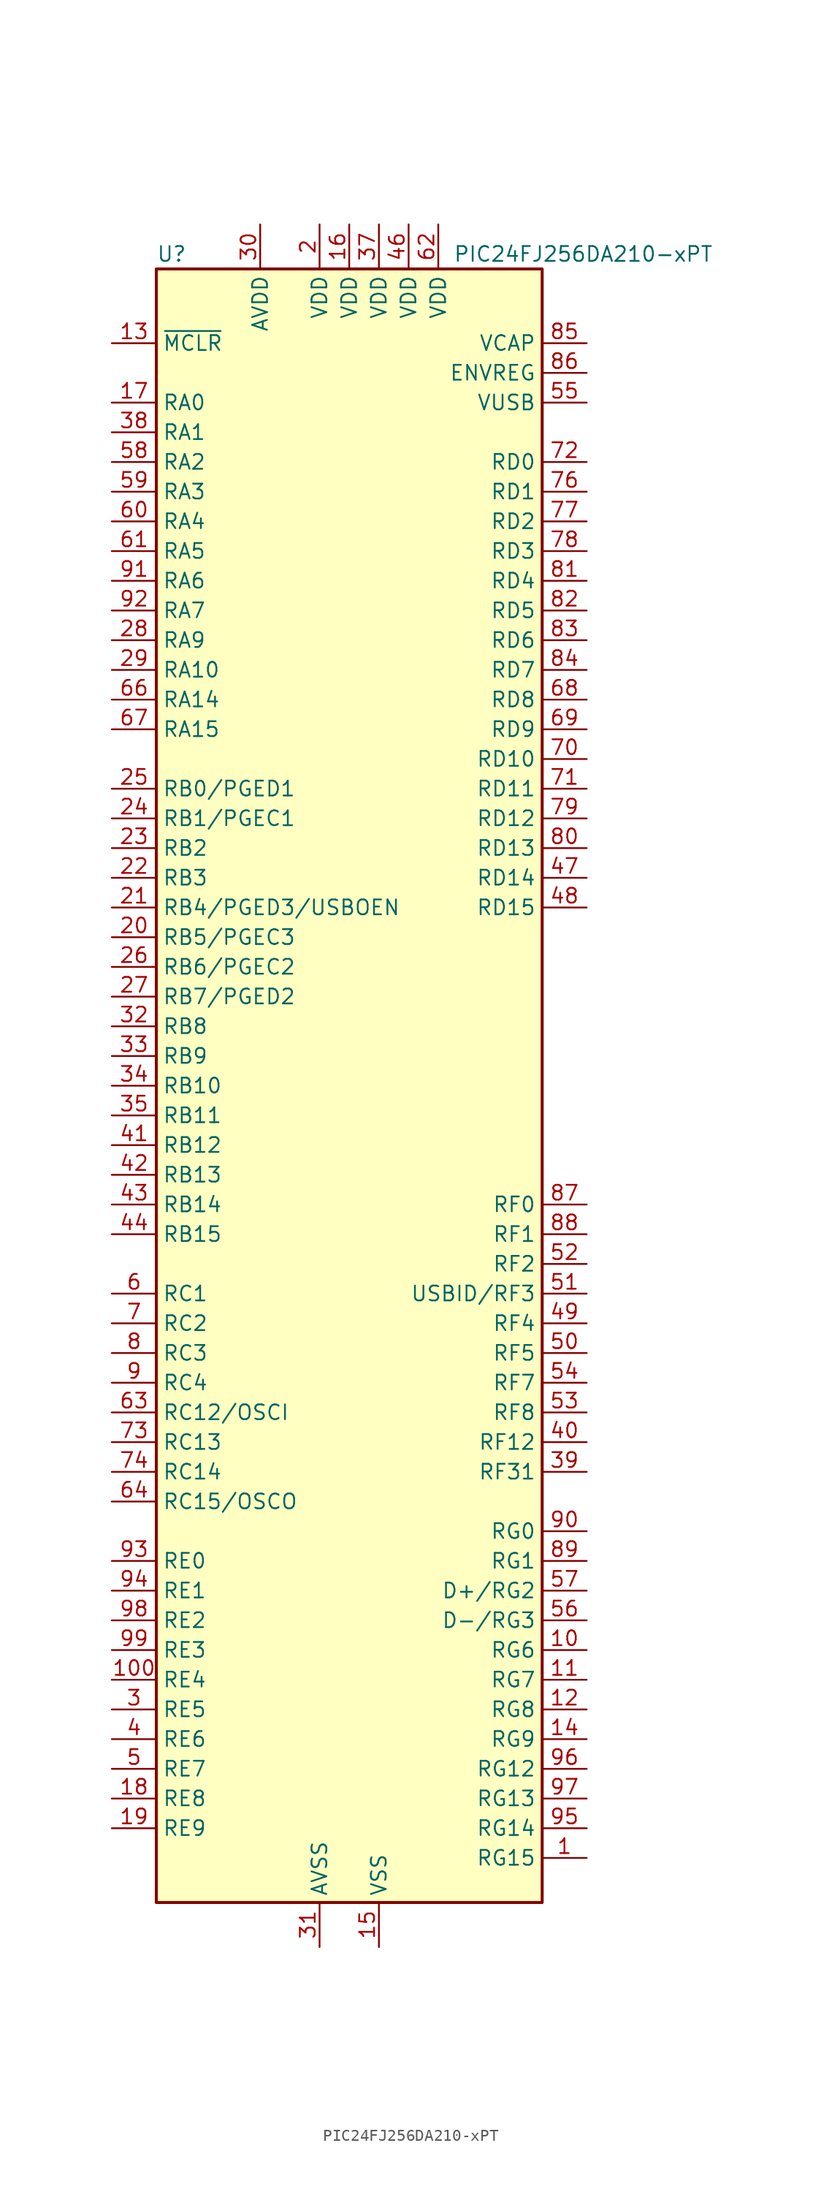
<source format=kicad_sym>
(kicad_symbol_lib
  (version 20201005)
  (generator kicad_symbol_editor)
  (symbol "PIC24FJ256DA210-xPT"
    (property "Reference" "U"
      (at -16.51 71.12 0)
      (effects (font (size 1.27 1.27)) (justify left)))
    (property "Value" "PIC24FJ256DA210-xPT"
      (at 8.89 71.12 0)
      (effects (font (size 1.27 1.27)) (justify left)))
    (symbol "PIC24FJ256DA210-xPT_1_1"
      (rectangle (start -16.51 69.85) (end 16.51 -69.85) (stroke (width 0.254)) (fill (type background)))
      (pin bidirectional line (at 20.32 -66.04 180) (length 3.81) (name "RG15" (effects (font (size 1.27 1.27)))) (number "1" (effects (font (size 1.27 1.27)))))
      (pin bidirectional line (at 20.32 -48.26 180) (length 3.81) (name "RG6" (effects (font (size 1.27 1.27)))) (number "10" (effects (font (size 1.27 1.27)))))
      (pin bidirectional line (at -20.32 -50.8 0) (length 3.81) (name "RE4" (effects (font (size 1.27 1.27)))) (number "100" (effects (font (size 1.27 1.27)))))
      (pin bidirectional line (at 20.32 -50.8 180) (length 3.81) (name "RG7" (effects (font (size 1.27 1.27)))) (number "11" (effects (font (size 1.27 1.27)))))
      (pin bidirectional line (at 20.32 -53.34 180) (length 3.81) (name "RG8" (effects (font (size 1.27 1.27)))) (number "12" (effects (font (size 1.27 1.27)))))
      (pin input line (at -20.32 63.5 0) (length 3.81) (name "~MCLR" (effects (font (size 1.27 1.27)))) (number "13" (effects (font (size 1.27 1.27)))))
      (pin bidirectional line (at 20.32 -55.88 180) (length 3.81) (name "RG9" (effects (font (size 1.27 1.27)))) (number "14" (effects (font (size 1.27 1.27)))))
      (pin power_in line (at 2.54 -73.66 90) (length 3.81) (name "VSS" (effects (font (size 1.27 1.27)))) (number "15" (effects (font (size 1.27 1.27)))))
      (pin power_in line (at 0 73.66 270) (length 3.81) (name "VDD" (effects (font (size 1.27 1.27)))) (number "16" (effects (font (size 1.27 1.27)))))
      (pin bidirectional line (at -20.32 58.42 0) (length 3.81) (name "RA0" (effects (font (size 1.27 1.27)))) (number "17" (effects (font (size 1.27 1.27)))))
      (pin bidirectional line (at -20.32 -60.96 0) (length 3.81) (name "RE8" (effects (font (size 1.27 1.27)))) (number "18" (effects (font (size 1.27 1.27)))))
      (pin bidirectional line (at -20.32 -63.5 0) (length 3.81) (name "RE9" (effects (font (size 1.27 1.27)))) (number "19" (effects (font (size 1.27 1.27)))))
      (pin power_in line (at -2.54 73.66 270) (length 3.81) (name "VDD" (effects (font (size 1.27 1.27)))) (number "2" (effects (font (size 1.27 1.27)))))
      (pin bidirectional line (at -20.32 12.7 0) (length 3.81) (name "RB5/PGEC3" (effects (font (size 1.27 1.27)))) (number "20" (effects (font (size 1.27 1.27)))))
      (pin bidirectional line (at -20.32 15.24 0) (length 3.81) (name "RB4/PGED3/USBOEN" (effects (font (size 1.27 1.27)))) (number "21" (effects (font (size 1.27 1.27)))))
      (pin bidirectional line (at -20.32 17.78 0) (length 3.81) (name "RB3" (effects (font (size 1.27 1.27)))) (number "22" (effects (font (size 1.27 1.27)))))
      (pin bidirectional line (at -20.32 20.32 0) (length 3.81) (name "RB2" (effects (font (size 1.27 1.27)))) (number "23" (effects (font (size 1.27 1.27)))))
      (pin bidirectional line (at -20.32 22.86 0) (length 3.81) (name "RB1/PGEC1" (effects (font (size 1.27 1.27)))) (number "24" (effects (font (size 1.27 1.27)))))
      (pin bidirectional line (at -20.32 25.4 0) (length 3.81) (name "RB0/PGED1" (effects (font (size 1.27 1.27)))) (number "25" (effects (font (size 1.27 1.27)))))
      (pin bidirectional line (at -20.32 10.16 0) (length 3.81) (name "RB6/PGEC2" (effects (font (size 1.27 1.27)))) (number "26" (effects (font (size 1.27 1.27)))))
      (pin bidirectional line (at -20.32 7.62 0) (length 3.81) (name "RB7/PGED2" (effects (font (size 1.27 1.27)))) (number "27" (effects (font (size 1.27 1.27)))))
      (pin bidirectional line (at -20.32 38.1 0) (length 3.81) (name "RA9" (effects (font (size 1.27 1.27)))) (number "28" (effects (font (size 1.27 1.27)))))
      (pin bidirectional line (at -20.32 35.56 0) (length 3.81) (name "RA10" (effects (font (size 1.27 1.27)))) (number "29" (effects (font (size 1.27 1.27)))))
      (pin bidirectional line (at -20.32 -53.34 0) (length 3.81) (name "RE5" (effects (font (size 1.27 1.27)))) (number "3" (effects (font (size 1.27 1.27)))))
      (pin power_in line (at -7.62 73.66 270) (length 3.81) (name "AVDD" (effects (font (size 1.27 1.27)))) (number "30" (effects (font (size 1.27 1.27)))))
      (pin power_in line (at -2.54 -73.66 90) (length 3.81) (name "AVSS" (effects (font (size 1.27 1.27)))) (number "31" (effects (font (size 1.27 1.27)))))
      (pin bidirectional line (at -20.32 5.08 0) (length 3.81) (name "RB8" (effects (font (size 1.27 1.27)))) (number "32" (effects (font (size 1.27 1.27)))))
      (pin bidirectional line (at -20.32 2.54 0) (length 3.81) (name "RB9" (effects (font (size 1.27 1.27)))) (number "33" (effects (font (size 1.27 1.27)))))
      (pin bidirectional line (at -20.32 0 0) (length 3.81) (name "RB10" (effects (font (size 1.27 1.27)))) (number "34" (effects (font (size 1.27 1.27)))))
      (pin bidirectional line (at -20.32 -2.54 0) (length 3.81) (name "RB11" (effects (font (size 1.27 1.27)))) (number "35" (effects (font (size 1.27 1.27)))))
      (pin passive line (at 2.54 -73.66 90) (length 3.81) hide (name "VSS" (effects (font (size 1.27 1.27)))) (number "36" (effects (font (size 1.27 1.27)))))
      (pin power_in line (at 2.54 73.66 270) (length 3.81) (name "VDD" (effects (font (size 1.27 1.27)))) (number "37" (effects (font (size 1.27 1.27)))))
      (pin bidirectional line (at -20.32 55.88 0) (length 3.81) (name "RA1" (effects (font (size 1.27 1.27)))) (number "38" (effects (font (size 1.27 1.27)))))
      (pin bidirectional line (at 20.32 -33.02 180) (length 3.81) (name "RF31" (effects (font (size 1.27 1.27)))) (number "39" (effects (font (size 1.27 1.27)))))
      (pin bidirectional line (at -20.32 -55.88 0) (length 3.81) (name "RE6" (effects (font (size 1.27 1.27)))) (number "4" (effects (font (size 1.27 1.27)))))
      (pin bidirectional line (at 20.32 -30.48 180) (length 3.81) (name "RF12" (effects (font (size 1.27 1.27)))) (number "40" (effects (font (size 1.27 1.27)))))
      (pin bidirectional line (at -20.32 -5.08 0) (length 3.81) (name "RB12" (effects (font (size 1.27 1.27)))) (number "41" (effects (font (size 1.27 1.27)))))
      (pin bidirectional line (at -20.32 -7.62 0) (length 3.81) (name "RB13" (effects (font (size 1.27 1.27)))) (number "42" (effects (font (size 1.27 1.27)))))
      (pin bidirectional line (at -20.32 -10.16 0) (length 3.81) (name "RB14" (effects (font (size 1.27 1.27)))) (number "43" (effects (font (size 1.27 1.27)))))
      (pin bidirectional line (at -20.32 -12.7 0) (length 3.81) (name "RB15" (effects (font (size 1.27 1.27)))) (number "44" (effects (font (size 1.27 1.27)))))
      (pin passive line (at 2.54 -73.66 90) (length 3.81) hide (name "VSS" (effects (font (size 1.27 1.27)))) (number "45" (effects (font (size 1.27 1.27)))))
      (pin power_in line (at 5.08 73.66 270) (length 3.81) (name "VDD" (effects (font (size 1.27 1.27)))) (number "46" (effects (font (size 1.27 1.27)))))
      (pin bidirectional line (at 20.32 17.78 180) (length 3.81) (name "RD14" (effects (font (size 1.27 1.27)))) (number "47" (effects (font (size 1.27 1.27)))))
      (pin bidirectional line (at 20.32 15.24 180) (length 3.81) (name "RD15" (effects (font (size 1.27 1.27)))) (number "48" (effects (font (size 1.27 1.27)))))
      (pin bidirectional line (at 20.32 -20.32 180) (length 3.81) (name "RF4" (effects (font (size 1.27 1.27)))) (number "49" (effects (font (size 1.27 1.27)))))
      (pin bidirectional line (at -20.32 -58.42 0) (length 3.81) (name "RE7" (effects (font (size 1.27 1.27)))) (number "5" (effects (font (size 1.27 1.27)))))
      (pin bidirectional line (at 20.32 -22.86 180) (length 3.81) (name "RF5" (effects (font (size 1.27 1.27)))) (number "50" (effects (font (size 1.27 1.27)))))
      (pin bidirectional line (at 20.32 -17.78 180) (length 3.81) (name "USBID/RF3" (effects (font (size 1.27 1.27)))) (number "51" (effects (font (size 1.27 1.27)))))
      (pin bidirectional line (at 20.32 -15.24 180) (length 3.81) (name "RF2" (effects (font (size 1.27 1.27)))) (number "52" (effects (font (size 1.27 1.27)))))
      (pin bidirectional line (at 20.32 -27.94 180) (length 3.81) (name "RF8" (effects (font (size 1.27 1.27)))) (number "53" (effects (font (size 1.27 1.27)))))
      (pin bidirectional line (at 20.32 -25.4 180) (length 3.81) (name "RF7" (effects (font (size 1.27 1.27)))) (number "54" (effects (font (size 1.27 1.27)))))
      (pin bidirectional line (at 20.32 58.42 180) (length 3.81) (name "VUSB" (effects (font (size 1.27 1.27)))) (number "55" (effects (font (size 1.27 1.27)))))
      (pin bidirectional line (at 20.32 -45.72 180) (length 3.81) (name "D-/RG3" (effects (font (size 1.27 1.27)))) (number "56" (effects (font (size 1.27 1.27)))))
      (pin bidirectional line (at 20.32 -43.18 180) (length 3.81) (name "D+/RG2" (effects (font (size 1.27 1.27)))) (number "57" (effects (font (size 1.27 1.27)))))
      (pin bidirectional line (at -20.32 53.34 0) (length 3.81) (name "RA2" (effects (font (size 1.27 1.27)))) (number "58" (effects (font (size 1.27 1.27)))))
      (pin bidirectional line (at -20.32 50.8 0) (length 3.81) (name "RA3" (effects (font (size 1.27 1.27)))) (number "59" (effects (font (size 1.27 1.27)))))
      (pin bidirectional line (at -20.32 -17.78 0) (length 3.81) (name "RC1" (effects (font (size 1.27 1.27)))) (number "6" (effects (font (size 1.27 1.27)))))
      (pin bidirectional line (at -20.32 48.26 0) (length 3.81) (name "RA4" (effects (font (size 1.27 1.27)))) (number "60" (effects (font (size 1.27 1.27)))))
      (pin bidirectional line (at -20.32 45.72 0) (length 3.81) (name "RA5" (effects (font (size 1.27 1.27)))) (number "61" (effects (font (size 1.27 1.27)))))
      (pin power_in line (at 7.62 73.66 270) (length 3.81) (name "VDD" (effects (font (size 1.27 1.27)))) (number "62" (effects (font (size 1.27 1.27)))))
      (pin bidirectional line (at -20.32 -27.94 0) (length 3.81) (name "RC12/OSCI" (effects (font (size 1.27 1.27)))) (number "63" (effects (font (size 1.27 1.27)))))
      (pin bidirectional line (at -20.32 -35.56 0) (length 3.81) (name "RC15/OSCO" (effects (font (size 1.27 1.27)))) (number "64" (effects (font (size 1.27 1.27)))))
      (pin passive line (at 2.54 -73.66 90) (length 3.81) hide (name "VSS" (effects (font (size 1.27 1.27)))) (number "65" (effects (font (size 1.27 1.27)))))
      (pin bidirectional line (at -20.32 33.02 0) (length 3.81) (name "RA14" (effects (font (size 1.27 1.27)))) (number "66" (effects (font (size 1.27 1.27)))))
      (pin bidirectional line (at -20.32 30.48 0) (length 3.81) (name "RA15" (effects (font (size 1.27 1.27)))) (number "67" (effects (font (size 1.27 1.27)))))
      (pin bidirectional line (at 20.32 33.02 180) (length 3.81) (name "RD8" (effects (font (size 1.27 1.27)))) (number "68" (effects (font (size 1.27 1.27)))))
      (pin bidirectional line (at 20.32 30.48 180) (length 3.81) (name "RD9" (effects (font (size 1.27 1.27)))) (number "69" (effects (font (size 1.27 1.27)))))
      (pin bidirectional line (at -20.32 -20.32 0) (length 3.81) (name "RC2" (effects (font (size 1.27 1.27)))) (number "7" (effects (font (size 1.27 1.27)))))
      (pin bidirectional line (at 20.32 27.94 180) (length 3.81) (name "RD10" (effects (font (size 1.27 1.27)))) (number "70" (effects (font (size 1.27 1.27)))))
      (pin bidirectional line (at 20.32 25.4 180) (length 3.81) (name "RD11" (effects (font (size 1.27 1.27)))) (number "71" (effects (font (size 1.27 1.27)))))
      (pin bidirectional line (at 20.32 53.34 180) (length 3.81) (name "RD0" (effects (font (size 1.27 1.27)))) (number "72" (effects (font (size 1.27 1.27)))))
      (pin bidirectional line (at -20.32 -30.48 0) (length 3.81) (name "RC13" (effects (font (size 1.27 1.27)))) (number "73" (effects (font (size 1.27 1.27)))))
      (pin bidirectional line (at -20.32 -33.02 0) (length 3.81) (name "RC14" (effects (font (size 1.27 1.27)))) (number "74" (effects (font (size 1.27 1.27)))))
      (pin passive line (at 2.54 -73.66 90) (length 3.81) hide (name "VSS" (effects (font (size 1.27 1.27)))) (number "75" (effects (font (size 1.27 1.27)))))
      (pin bidirectional line (at 20.32 50.8 180) (length 3.81) (name "RD1" (effects (font (size 1.27 1.27)))) (number "76" (effects (font (size 1.27 1.27)))))
      (pin bidirectional line (at 20.32 48.26 180) (length 3.81) (name "RD2" (effects (font (size 1.27 1.27)))) (number "77" (effects (font (size 1.27 1.27)))))
      (pin bidirectional line (at 20.32 45.72 180) (length 3.81) (name "RD3" (effects (font (size 1.27 1.27)))) (number "78" (effects (font (size 1.27 1.27)))))
      (pin bidirectional line (at 20.32 22.86 180) (length 3.81) (name "RD12" (effects (font (size 1.27 1.27)))) (number "79" (effects (font (size 1.27 1.27)))))
      (pin bidirectional line (at -20.32 -22.86 0) (length 3.81) (name "RC3" (effects (font (size 1.27 1.27)))) (number "8" (effects (font (size 1.27 1.27)))))
      (pin bidirectional line (at 20.32 20.32 180) (length 3.81) (name "RD13" (effects (font (size 1.27 1.27)))) (number "80" (effects (font (size 1.27 1.27)))))
      (pin bidirectional line (at 20.32 43.18 180) (length 3.81) (name "RD4" (effects (font (size 1.27 1.27)))) (number "81" (effects (font (size 1.27 1.27)))))
      (pin bidirectional line (at 20.32 40.64 180) (length 3.81) (name "RD5" (effects (font (size 1.27 1.27)))) (number "82" (effects (font (size 1.27 1.27)))))
      (pin bidirectional line (at 20.32 38.1 180) (length 3.81) (name "RD6" (effects (font (size 1.27 1.27)))) (number "83" (effects (font (size 1.27 1.27)))))
      (pin bidirectional line (at 20.32 35.56 180) (length 3.81) (name "RD7" (effects (font (size 1.27 1.27)))) (number "84" (effects (font (size 1.27 1.27)))))
      (pin passive line (at 20.32 63.5 180) (length 3.81) (name "VCAP" (effects (font (size 1.27 1.27)))) (number "85" (effects (font (size 1.27 1.27)))))
      (pin input line (at 20.32 60.96 180) (length 3.81) (name "ENVREG" (effects (font (size 1.27 1.27)))) (number "86" (effects (font (size 1.27 1.27)))))
      (pin bidirectional line (at 20.32 -10.16 180) (length 3.81) (name "RF0" (effects (font (size 1.27 1.27)))) (number "87" (effects (font (size 1.27 1.27)))))
      (pin bidirectional line (at 20.32 -12.7 180) (length 3.81) (name "RF1" (effects (font (size 1.27 1.27)))) (number "88" (effects (font (size 1.27 1.27)))))
      (pin bidirectional line (at 20.32 -40.64 180) (length 3.81) (name "RG1" (effects (font (size 1.27 1.27)))) (number "89" (effects (font (size 1.27 1.27)))))
      (pin bidirectional line (at -20.32 -25.4 0) (length 3.81) (name "RC4" (effects (font (size 1.27 1.27)))) (number "9" (effects (font (size 1.27 1.27)))))
      (pin bidirectional line (at 20.32 -38.1 180) (length 3.81) (name "RG0" (effects (font (size 1.27 1.27)))) (number "90" (effects (font (size 1.27 1.27)))))
      (pin bidirectional line (at -20.32 43.18 0) (length 3.81) (name "RA6" (effects (font (size 1.27 1.27)))) (number "91" (effects (font (size 1.27 1.27)))))
      (pin bidirectional line (at -20.32 40.64 0) (length 3.81) (name "RA7" (effects (font (size 1.27 1.27)))) (number "92" (effects (font (size 1.27 1.27)))))
      (pin bidirectional line (at -20.32 -40.64 0) (length 3.81) (name "RE0" (effects (font (size 1.27 1.27)))) (number "93" (effects (font (size 1.27 1.27)))))
      (pin bidirectional line (at -20.32 -43.18 0) (length 3.81) (name "RE1" (effects (font (size 1.27 1.27)))) (number "94" (effects (font (size 1.27 1.27)))))
      (pin bidirectional line (at 20.32 -63.5 180) (length 3.81) (name "RG14" (effects (font (size 1.27 1.27)))) (number "95" (effects (font (size 1.27 1.27)))))
      (pin bidirectional line (at 20.32 -58.42 180) (length 3.81) (name "RG12" (effects (font (size 1.27 1.27)))) (number "96" (effects (font (size 1.27 1.27)))))
      (pin bidirectional line (at 20.32 -60.96 180) (length 3.81) (name "RG13" (effects (font (size 1.27 1.27)))) (number "97" (effects (font (size 1.27 1.27)))))
      (pin bidirectional line (at -20.32 -45.72 0) (length 3.81) (name "RE2" (effects (font (size 1.27 1.27)))) (number "98" (effects (font (size 1.27 1.27)))))
      (pin bidirectional line (at -20.32 -48.26 0) (length 3.81) (name "RE3" (effects (font (size 1.27 1.27)))) (number "99" (effects (font (size 1.27 1.27))))))))
</source>
